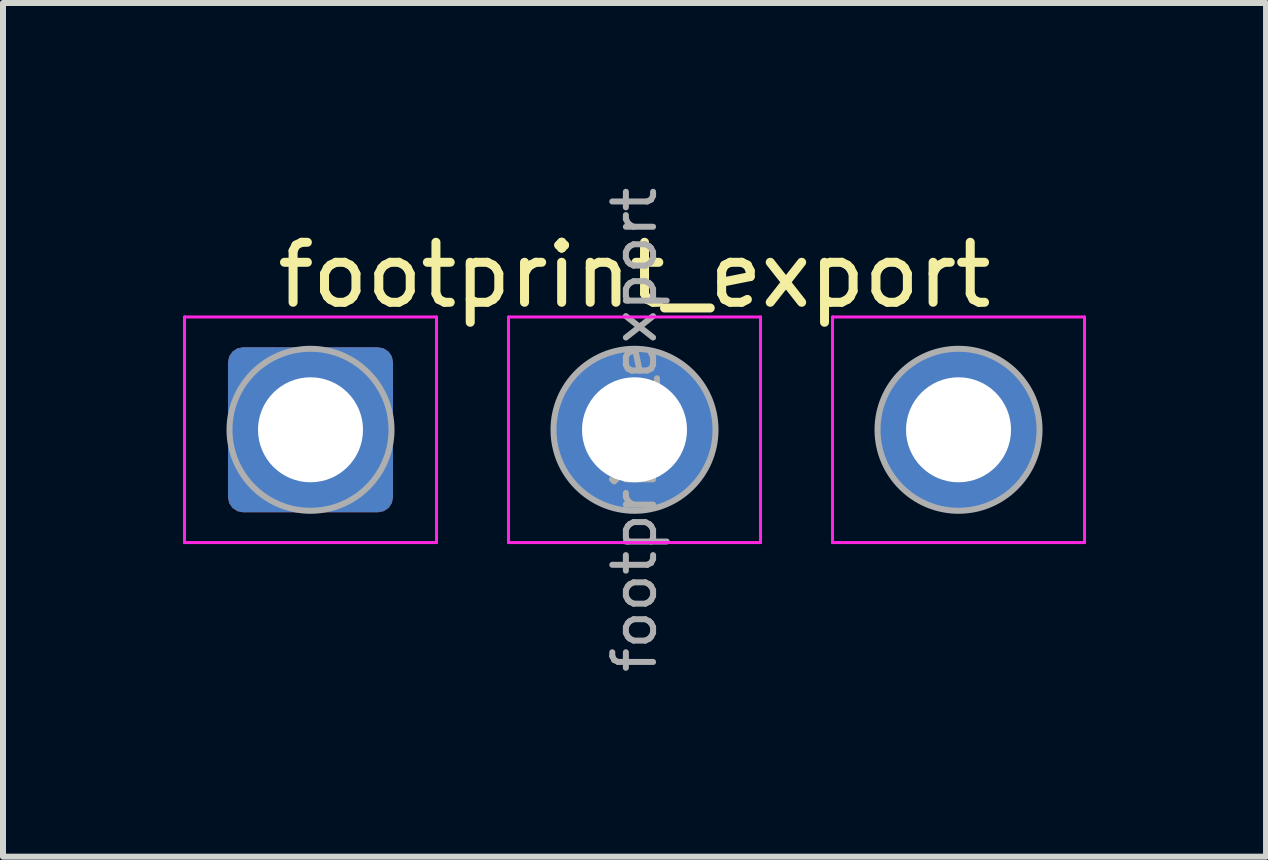
<source format=kicad_pcb>
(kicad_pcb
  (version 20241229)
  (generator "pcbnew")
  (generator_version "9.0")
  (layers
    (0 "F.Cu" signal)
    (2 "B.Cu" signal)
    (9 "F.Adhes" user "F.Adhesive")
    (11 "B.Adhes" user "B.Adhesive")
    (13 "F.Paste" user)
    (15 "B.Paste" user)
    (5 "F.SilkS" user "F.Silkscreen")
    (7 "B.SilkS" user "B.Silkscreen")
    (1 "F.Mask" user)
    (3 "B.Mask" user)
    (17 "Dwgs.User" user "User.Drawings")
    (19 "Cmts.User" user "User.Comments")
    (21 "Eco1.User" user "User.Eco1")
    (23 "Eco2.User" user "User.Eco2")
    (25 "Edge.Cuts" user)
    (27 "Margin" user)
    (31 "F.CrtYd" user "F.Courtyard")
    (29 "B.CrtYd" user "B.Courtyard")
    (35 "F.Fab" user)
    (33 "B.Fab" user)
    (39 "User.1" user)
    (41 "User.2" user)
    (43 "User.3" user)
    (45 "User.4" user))
  (footprint "footprint_export"
    (layer "F.Cu")
    (at 2.125 4.113)
    (property "Reference" "footprint_export" (at 5.4 -2.58 0) (layer "F.SilkS") (effects (font (size 1 1) (thickness 0.15))))
    (attr exclude_from_pos_files exclude_from_bom)
    (fp_line (start -2.1 -1.88) (end -2.1 1.88) (stroke (width 0.05) (type solid)) (layer "F.CrtYd"))
    (fp_line (start -2.1 1.88) (end 2.1 1.88) (stroke (width 0.05) (type solid)) (layer "F.CrtYd"))
    (fp_line (start 2.1 -1.88) (end -2.1 -1.88) (stroke (width 0.05) (type solid)) (layer "F.CrtYd"))
    (fp_line (start 2.1 1.88) (end 2.1 -1.88) (stroke (width 0.05) (type solid)) (layer "F.CrtYd"))
    (fp_line (start 3.3 -1.88) (end 3.3 1.88) (stroke (width 0.05) (type solid)) (layer "F.CrtYd"))
    (fp_line (start 3.3 1.88) (end 7.5 1.88) (stroke (width 0.05) (type solid)) (layer "F.CrtYd"))
    (fp_line (start 7.5 -1.88) (end 3.3 -1.88) (stroke (width 0.05) (type solid)) (layer "F.CrtYd"))
    (fp_line (start 7.5 1.88) (end 7.5 -1.88) (stroke (width 0.05) (type solid)) (layer "F.CrtYd"))
    (fp_line (start 8.7 -1.88) (end 8.7 1.88) (stroke (width 0.05) (type solid)) (layer "F.CrtYd"))
    (fp_line (start 8.7 1.88) (end 12.9 1.88) (stroke (width 0.05) (type solid)) (layer "F.CrtYd"))
    (fp_line (start 12.9 -1.88) (end 8.7 -1.88) (stroke (width 0.05) (type solid)) (layer "F.CrtYd"))
    (fp_line (start 12.9 1.88) (end 12.9 -1.88) (stroke (width 0.05) (type solid)) (layer "F.CrtYd"))
    (fp_circle (center 0 0) (end 1.35 0) (stroke (width 0.1) (type solid)) (fill no) (layer "F.Fab"))
    (fp_circle (center 5.4 0) (end 6.75 0) (stroke (width 0.1) (type solid)) (fill no) (layer "F.Fab"))
    (fp_circle (center 10.8 0) (end 12.15 0) (stroke (width 0.1) (type solid)) (fill no) (layer "F.Fab"))
    (fp_text user "${REFERENCE}" (at 5.4 0 90) (layer "F.Fab") (effects (font (size 0.68 0.68) (thickness 0.1))))
    (pad "1" thru_hole roundrect (at 0 0) (size 2.75 2.75) (drill 1.75) (layers "*.Cu" "*.Mask") (roundrect_rratio 0.091))
    (pad "2" thru_hole circle (at 5.4 0) (size 2.75 2.75) (drill 1.75) (layers "*.Cu" "*.Mask"))
    (pad "3" thru_hole circle (at 10.8 0) (size 2.75 2.75) (drill 1.75) (layers "*.Cu" "*.Mask")))
  (gr_rect
    (start -3 -3)
    (end 18.05 11.227)
    (stroke (width 0.1) (type default))
    (fill no)
    (layer "Edge.Cuts")))
</source>
